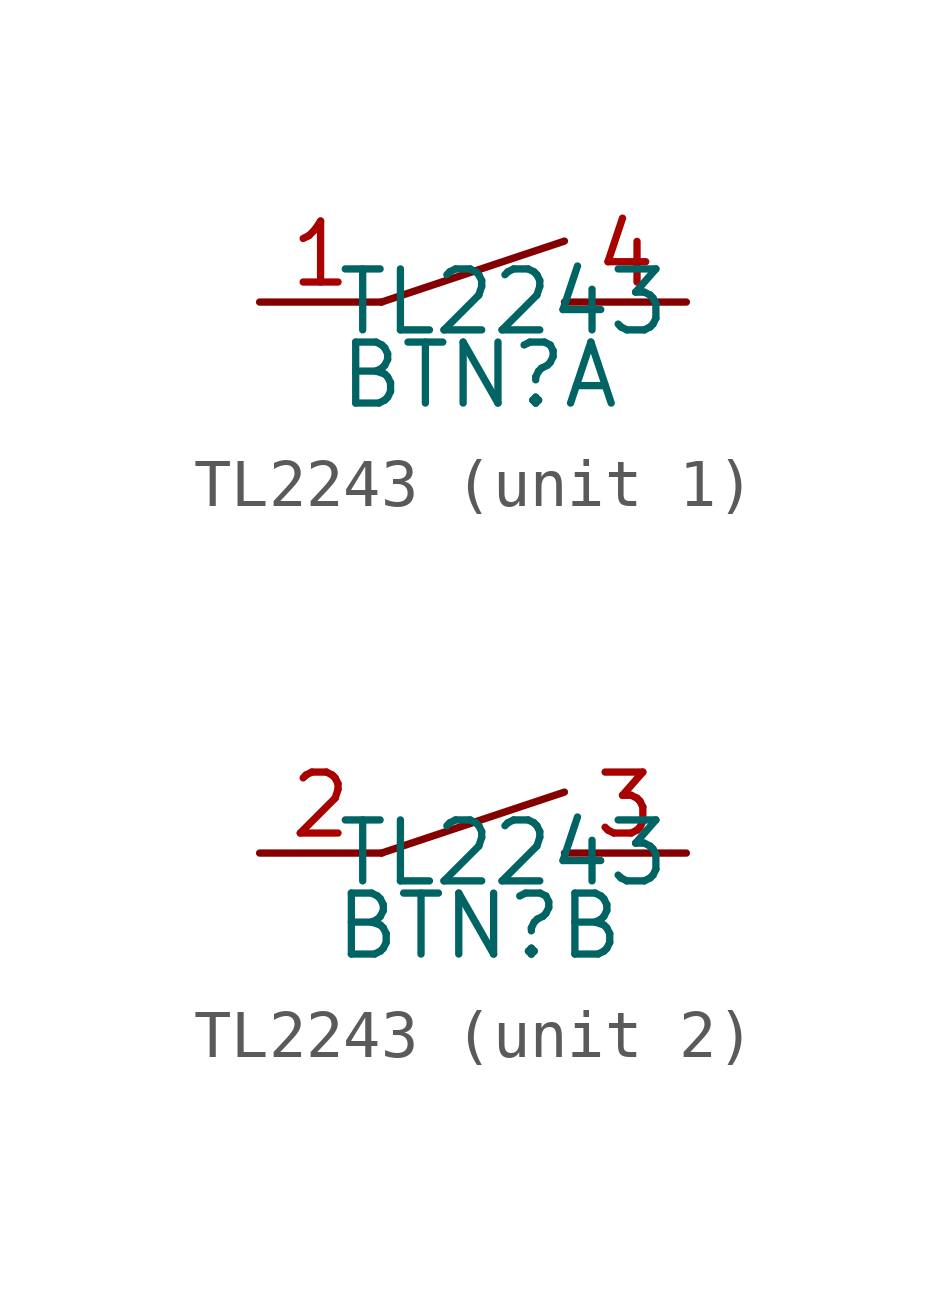
<source format=kicad_sym>
(kicad_symbol_lib
  (version 20231120)
  (generator "kicad_symbol_editor")
  (generator_version "8.0")
  (symbol "TL2243"
    (property "Reference" "BTN"
      (at -0.508 -1.524 0)
      (effects (font (size 1.27 1.27))))
    (property "Value" "TL2243"
      (at 0 0 0)
      (effects (font (size 1.27 1.27))))
    (property "ki_locked" ""
      (at 0 0 0)
      (effects (font (size 1.27 1.27))))
    (symbol "TL2243_1_1"
      (polyline (pts (xy -2.54 0) (xy 1.27 1.27)) (stroke (width 0) (type default)) (fill (type none)))
      (pin input line (at -5.08 0 0) (length 2.54) (name "" (effects (font (size 1.27 1.27)))) (number "1" (effects (font (size 1.27 1.27)))))
      (pin input line (at 3.81 0 180) (length 2.54) (name "" (effects (font (size 1.27 1.27)))) (number "4" (effects (font (size 1.27 1.27))))))
    (symbol "TL2243_2_1"
      (polyline (pts (xy -2.54 0) (xy 1.27 1.27)) (stroke (width 0) (type default)) (fill (type none)))
      (pin input line (at -5.08 0 0) (length 2.54) (name "" (effects (font (size 1.27 1.27)))) (number "2" (effects (font (size 1.27 1.27)))))
      (pin input line (at 3.81 0 180) (length 2.54) (name "" (effects (font (size 1.27 1.27)))) (number "3" (effects (font (size 1.27 1.27))))))))
</source>
